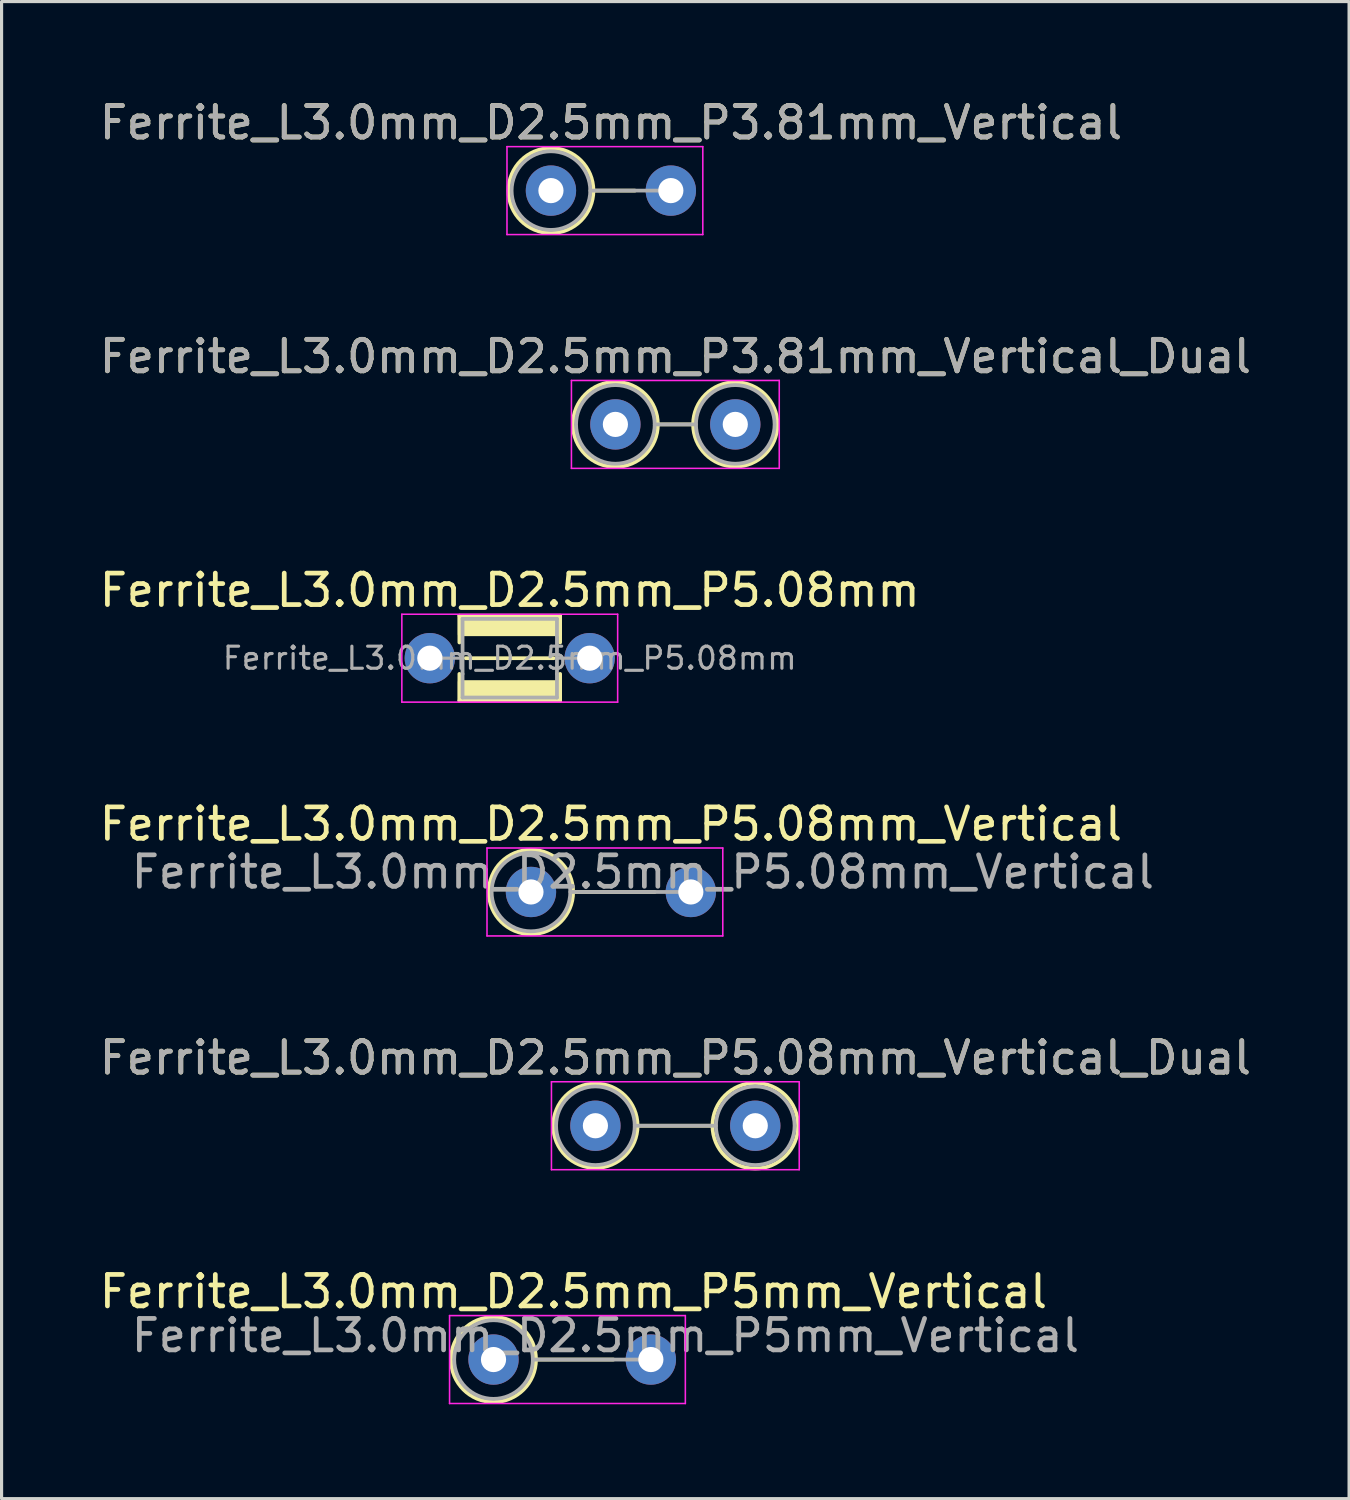
<source format=kicad_pcb>
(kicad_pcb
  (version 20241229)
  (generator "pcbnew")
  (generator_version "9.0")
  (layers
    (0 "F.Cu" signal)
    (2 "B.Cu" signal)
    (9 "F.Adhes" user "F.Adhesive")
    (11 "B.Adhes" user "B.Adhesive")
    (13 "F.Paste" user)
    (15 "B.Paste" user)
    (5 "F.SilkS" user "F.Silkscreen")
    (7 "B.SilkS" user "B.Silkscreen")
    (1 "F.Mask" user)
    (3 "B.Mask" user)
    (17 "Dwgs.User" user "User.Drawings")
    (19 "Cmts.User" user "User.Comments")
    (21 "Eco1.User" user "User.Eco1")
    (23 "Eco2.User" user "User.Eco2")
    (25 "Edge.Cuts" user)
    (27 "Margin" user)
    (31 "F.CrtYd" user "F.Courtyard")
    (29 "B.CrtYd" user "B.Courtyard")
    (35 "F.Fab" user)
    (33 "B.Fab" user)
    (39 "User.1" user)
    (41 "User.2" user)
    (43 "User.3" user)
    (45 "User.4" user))
  (footprint "Ferrite_L3.0mm_D2.5mm_P5.08mm_Vertical"
    (layer "F.Cu")
    (at 13.823 25.295)
    (property "Reference" "Ferrite_L3.0mm_D2.5mm_P5.08mm_Vertical" (at 2.54 -2.159 0) (layer "F.SilkS") (effects (font (size 1 1) (thickness 0.15))))
    (fp_line (start 1.34 0) (end 3.937 0) (stroke (width 0.12) (type solid)) (layer "F.SilkS"))
    (fp_circle (center 0 0) (end 1.34 0) (stroke (width 0.12) (type solid)) (fill no) (layer "F.SilkS"))
    (fp_line (start -1.397 -1.397) (end 6.096 -1.397) (stroke (width 0.05) (type solid)) (layer "F.CrtYd"))
    (fp_line (start -1.397 1.397) (end -1.397 -1.397) (stroke (width 0.05) (type solid)) (layer "F.CrtYd"))
    (fp_line (start 6.096 -1.397) (end 6.096 1.397) (stroke (width 0.05) (type solid)) (layer "F.CrtYd"))
    (fp_line (start 6.096 1.397) (end -1.397 1.397) (stroke (width 0.05) (type solid)) (layer "F.CrtYd"))
    (fp_line (start 1.25 0) (end 5.08 0) (stroke (width 0.12) (type solid)) (layer "F.Fab"))
    (fp_circle (center 0 0) (end 1.25 0) (stroke (width 0.12) (type solid)) (fill no) (layer "F.Fab"))
    (fp_text user "${REFERENCE}" (at 3.556 -0.635 0) (layer "F.Fab") (effects (font (size 1 1) (thickness 0.15))))
    (pad "1" thru_hole circle (at 0 0) (size 1.6 1.6) (drill 0.8) (layers "*.Cu" "*.Mask"))
    (pad "2" thru_hole circle (at 5.08 0) (size 1.6 1.6) (drill 0.8) (layers "*.Cu" "*.Mask")))
  (footprint "Ferrite_L3.0mm_D2.5mm_P5.08mm_Vertical_Dual"
    (layer "F.Cu")
    (at 15.871 32.724)
    (property "Reference" "Ferrite_L3.0mm_D2.5mm_P5.08mm_Vertical_Dual" (at 2.54 -2.159 0) (layer "F.SilkS") (effects (font (size 1 1) (thickness 0.15))))
    (fp_line (start 1.34 0) (end 3.72 0) (stroke (width 0.12) (type solid)) (layer "F.SilkS"))
    (fp_circle (center 0 0) (end 1.34 0) (stroke (width 0.12) (type solid)) (fill no) (layer "F.SilkS"))
    (fp_circle (center 5.08 0) (end 6.44 0) (stroke (width 0.12) (type solid)) (fill no) (layer "F.SilkS"))
    (fp_line (start -1.397 -1.397) (end 6.477 -1.397) (stroke (width 0.05) (type solid)) (layer "F.CrtYd"))
    (fp_line (start -1.397 1.397) (end -1.397 -1.397) (stroke (width 0.05) (type solid)) (layer "F.CrtYd"))
    (fp_line (start 6.477 -1.397) (end 6.477 1.397) (stroke (width 0.05) (type solid)) (layer "F.CrtYd"))
    (fp_line (start 6.477 1.397) (end -1.397 1.397) (stroke (width 0.05) (type solid)) (layer "F.CrtYd"))
    (fp_line (start 1.25 0) (end 3.83 0) (stroke (width 0.12) (type solid)) (layer "F.Fab"))
    (fp_circle (center 0 0) (end 1.25 0) (stroke (width 0.12) (type solid)) (fill no) (layer "F.Fab"))
    (fp_circle (center 5.08 0) (end 6.33 0) (stroke (width 0.12) (type solid)) (fill no) (layer "F.Fab"))
    (fp_text user "${REFERENCE}" (at 2.54 -2.158 0) (layer "F.Fab") (effects (font (size 1 1) (thickness 0.15))))
    (pad "1" thru_hole circle (at 0 0) (size 1.6 1.6) (drill 0.8) (layers "*.Cu" "*.Mask"))
    (pad "2" thru_hole circle (at 5.08 0) (size 1.6 1.6) (drill 0.8) (layers "*.Cu" "*.Mask")))
  (footprint "Ferrite_L3.0mm_D2.5mm_P5.08mm"
    (layer "F.Cu")
    (at 10.609 17.866)
    (property "Reference" "Ferrite_L3.0mm_D2.5mm_P5.08mm" (at 2.54 -2.159 0) (layer "F.SilkS") (effects (font (size 1 1) (thickness 0.15))))
    (fp_line (start 0.94 -1.35) (end 0.94 -0.5) (stroke (width 0.12) (type solid)) (layer "F.SilkS"))
    (fp_line (start 0.94 0.5) (end 0.94 1.35) (stroke (width 0.12) (type solid)) (layer "F.SilkS"))
    (fp_line (start 0.94 1.35) (end 4.14 1.35) (stroke (width 0.12) (type solid)) (layer "F.SilkS"))
    (fp_line (start 3.937 0) (end 1.143 0) (stroke (width 0.12) (type solid)) (layer "F.SilkS"))
    (fp_line (start 4.14 -1.35) (end 0.94 -1.35) (stroke (width 0.12) (type solid)) (layer "F.SilkS"))
    (fp_line (start 4.14 -1.35) (end 4.14 -0.5) (stroke (width 0.12) (type solid)) (layer "F.SilkS"))
    (fp_line (start 4.14 1.35) (end 4.14 0.5) (stroke (width 0.12) (type solid)) (layer "F.SilkS"))
    (fp_poly (pts (xy 4.14 -0.75) (xy 0.94 -0.75) (xy 0.94 -1.35) (xy 4.14 -1.35)) (stroke (width 0.1) (type solid)) (fill yes) (layer "F.SilkS"))
    (fp_poly (pts (xy 4.14 1.35) (xy 0.94 1.35) (xy 0.94 0.75) (xy 4.14 0.75)) (stroke (width 0.1) (type solid)) (fill yes) (layer "F.SilkS"))
    (fp_line (start -0.889 -1.397) (end 5.969 -1.397) (stroke (width 0.05) (type solid)) (layer "F.CrtYd"))
    (fp_line (start -0.889 1.397) (end -0.889 -1.397) (stroke (width 0.05) (type solid)) (layer "F.CrtYd"))
    (fp_line (start 5.969 -1.397) (end 5.969 1.397) (stroke (width 0.05) (type solid)) (layer "F.CrtYd"))
    (fp_line (start 5.969 1.397) (end -0.889 1.397) (stroke (width 0.05) (type solid)) (layer "F.CrtYd"))
    (fp_line (start 0 0) (end 1.016 0) (stroke (width 0.1) (type solid)) (layer "F.Fab"))
    (fp_line (start 1.04 -1.25) (end 1.04 0.5) (stroke (width 0.12) (type solid)) (layer "F.Fab"))
    (fp_line (start 1.04 0.5) (end 1.04 1.25) (stroke (width 0.12) (type solid)) (layer "F.Fab"))
    (fp_line (start 1.04 1.25) (end 4.04 1.25) (stroke (width 0.12) (type solid)) (layer "F.Fab"))
    (fp_line (start 4.04 -1.25) (end 1.04 -1.25) (stroke (width 0.12) (type solid)) (layer "F.Fab"))
    (fp_line (start 4.04 -1.25) (end 4.04 0.5) (stroke (width 0.12) (type solid)) (layer "F.Fab"))
    (fp_line (start 4.04 1.25) (end 4.04 0.5) (stroke (width 0.12) (type solid)) (layer "F.Fab"))
    (fp_line (start 5.08 0) (end 4.064 0) (stroke (width 0.1) (type solid)) (layer "F.Fab"))
    (fp_text user "${REFERENCE}" (at 2.54 0 0) (layer "F.Fab") (effects (font (size 0.7 0.7) (thickness 0.1))))
    (pad "1" thru_hole circle (at 0 0) (size 1.6 1.6) (drill 0.8) (layers "*.Cu" "*.Mask"))
    (pad "2" thru_hole circle (at 5.08 0) (size 1.6 1.6) (drill 0.8) (layers "*.Cu" "*.Mask")))
  (footprint "Ferrite_L3.0mm_D2.5mm_P3.81mm_Vertical"
    (layer "F.Cu")
    (at 14.458 3.007)
    (property "Reference" "Ferrite_L3.0mm_D2.5mm_P3.81mm_Vertical" (at 1.905 -2.159 0) (layer "F.SilkS") (effects (font (size 1 1) (thickness 0.15))))
    (fp_line (start 1.35 0) (end 2.667 0) (stroke (width 0.12) (type solid)) (layer "F.SilkS"))
    (fp_circle (center 0 0) (end 1.35 0) (stroke (width 0.12) (type solid)) (fill no) (layer "F.SilkS"))
    (fp_line (start -1.397 -1.397) (end 4.826 -1.397) (stroke (width 0.05) (type solid)) (layer "F.CrtYd"))
    (fp_line (start -1.397 1.397) (end -1.397 -1.397) (stroke (width 0.05) (type solid)) (layer "F.CrtYd"))
    (fp_line (start 4.826 -1.397) (end 4.826 1.397) (stroke (width 0.05) (type solid)) (layer "F.CrtYd"))
    (fp_line (start 4.826 1.397) (end -1.397 1.397) (stroke (width 0.05) (type solid)) (layer "F.CrtYd"))
    (fp_line (start 1.25 0) (end 3.81 0) (stroke (width 0.12) (type solid)) (layer "F.Fab"))
    (fp_circle (center 0 0) (end 1.25 0) (stroke (width 0.12) (type solid)) (fill no) (layer "F.Fab"))
    (fp_text user "${REFERENCE}" (at 1.905 -2.158 0) (layer "F.Fab") (effects (font (size 1 1) (thickness 0.15))))
    (pad "1" thru_hole circle (at 0 0) (size 1.6 1.6) (drill 0.8) (layers "*.Cu" "*.Mask"))
    (pad "2" thru_hole circle (at 3.81 0) (size 1.6 1.6) (drill 0.8) (layers "*.Cu" "*.Mask")))
  (footprint "Ferrite_L3.0mm_D2.5mm_P3.81mm_Vertical_Dual"
    (layer "F.Cu")
    (at 16.506 10.437)
    (property "Reference" "Ferrite_L3.0mm_D2.5mm_P3.81mm_Vertical_Dual" (at 1.905 -2.159 0) (layer "F.SilkS") (effects (font (size 1 1) (thickness 0.15))))
    (fp_line (start 1.35 0) (end 2.47 0) (stroke (width 0.12) (type solid)) (layer "F.SilkS"))
    (fp_circle (center 0 0) (end 1.35 0) (stroke (width 0.12) (type solid)) (fill no) (layer "F.SilkS"))
    (fp_circle (center 3.81 0) (end 5.15 0) (stroke (width 0.12) (type solid)) (fill no) (layer "F.SilkS"))
    (fp_line (start -1.397 -1.397) (end 5.207 -1.397) (stroke (width 0.05) (type solid)) (layer "F.CrtYd"))
    (fp_line (start -1.397 1.397) (end -1.397 -1.397) (stroke (width 0.05) (type solid)) (layer "F.CrtYd"))
    (fp_line (start 5.207 -1.397) (end 5.207 1.397) (stroke (width 0.05) (type solid)) (layer "F.CrtYd"))
    (fp_line (start 5.207 1.397) (end -1.397 1.397) (stroke (width 0.05) (type solid)) (layer "F.CrtYd"))
    (fp_line (start 1.25 0) (end 2.56 0) (stroke (width 0.12) (type solid)) (layer "F.Fab"))
    (fp_circle (center 0 0) (end 1.25 0) (stroke (width 0.12) (type solid)) (fill no) (layer "F.Fab"))
    (fp_circle (center 3.81 0) (end 5.06 0) (stroke (width 0.12) (type solid)) (fill no) (layer "F.Fab"))
    (fp_text user "${REFERENCE}" (at 1.905 -2.158 0) (layer "F.Fab") (effects (font (size 1 1) (thickness 0.15))))
    (pad "1" thru_hole circle (at 0 0) (size 1.6 1.6) (drill 0.8) (layers "*.Cu" "*.Mask"))
    (pad "2" thru_hole circle (at 3.81 0) (size 1.6 1.6) (drill 0.8) (layers "*.Cu" "*.Mask")))
  (footprint "Ferrite_L3.0mm_D2.5mm_P5mm_Vertical"
    (layer "F.Cu")
    (at 12.633 40.154)
    (property "Reference" "Ferrite_L3.0mm_D2.5mm_P5mm_Vertical" (at 2.54 -2.159 0) (layer "F.SilkS") (effects (font (size 1 1) (thickness 0.15))))
    (fp_line (start 1.35 0) (end 3.81 0) (stroke (width 0.12) (type solid)) (layer "F.SilkS"))
    (fp_circle (center 0 0) (end 1.35 0) (stroke (width 0.12) (type solid)) (fill no) (layer "F.SilkS"))
    (fp_line (start -1.397 -1.397) (end 6.096 -1.397) (stroke (width 0.05) (type solid)) (layer "F.CrtYd"))
    (fp_line (start -1.397 1.397) (end -1.397 -1.397) (stroke (width 0.05) (type solid)) (layer "F.CrtYd"))
    (fp_line (start 6.096 -1.397) (end 6.096 1.397) (stroke (width 0.05) (type solid)) (layer "F.CrtYd"))
    (fp_line (start 6.096 1.397) (end -1.397 1.397) (stroke (width 0.05) (type solid)) (layer "F.CrtYd"))
    (fp_line (start 1.25 0) (end 5 0) (stroke (width 0.12) (type solid)) (layer "F.Fab"))
    (fp_circle (center 0 0) (end 1.25 0) (stroke (width 0.12) (type solid)) (fill no) (layer "F.Fab"))
    (fp_text user "${REFERENCE}" (at 3.556 -0.762 0) (layer "F.Fab") (effects (font (size 1 1) (thickness 0.15))))
    (pad "1" thru_hole circle (at 0 0) (size 1.6 1.6) (drill 0.8) (layers "*.Cu" "*.Mask"))
    (pad "2" thru_hole circle (at 5 0) (size 1.6 1.6) (drill 0.8) (layers "*.Cu" "*.Mask")))
  (gr_rect
    (start -3 -3)
    (end 39.821 44.575)
    (stroke (width 0.1) (type default))
    (fill no)
    (layer "Edge.Cuts")))
</source>
